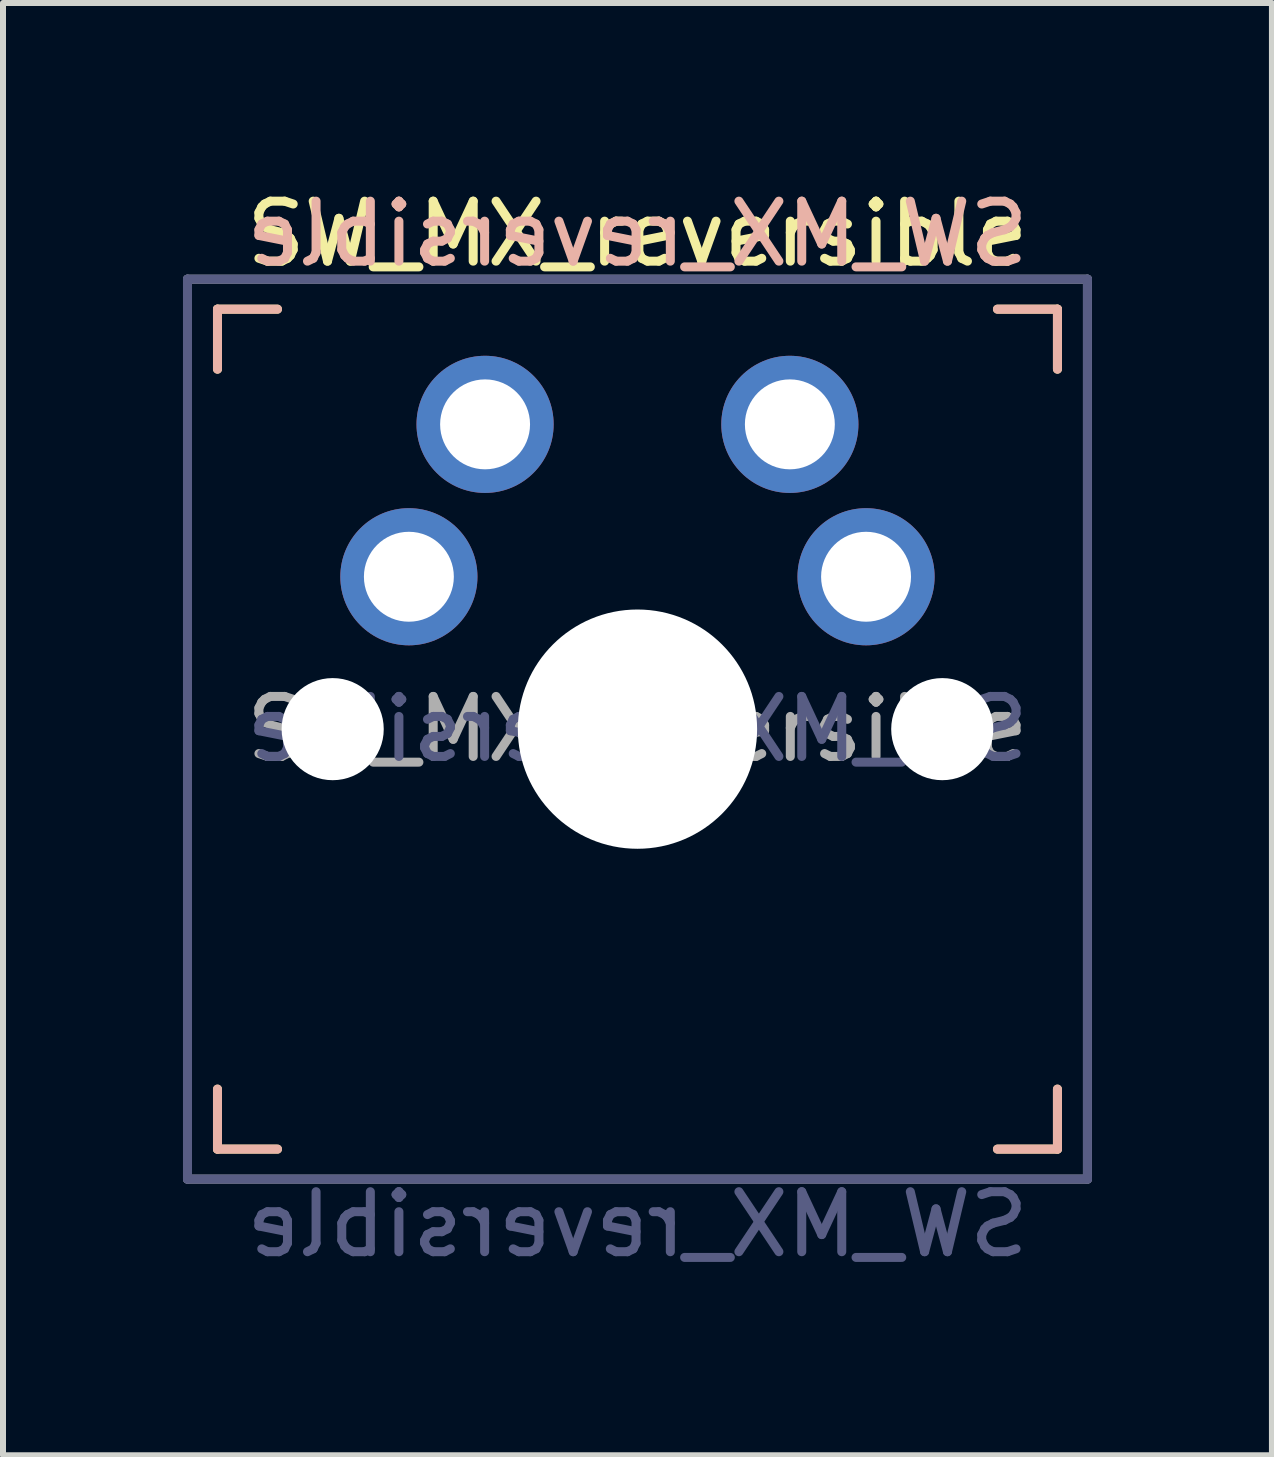
<source format=kicad_pcb>
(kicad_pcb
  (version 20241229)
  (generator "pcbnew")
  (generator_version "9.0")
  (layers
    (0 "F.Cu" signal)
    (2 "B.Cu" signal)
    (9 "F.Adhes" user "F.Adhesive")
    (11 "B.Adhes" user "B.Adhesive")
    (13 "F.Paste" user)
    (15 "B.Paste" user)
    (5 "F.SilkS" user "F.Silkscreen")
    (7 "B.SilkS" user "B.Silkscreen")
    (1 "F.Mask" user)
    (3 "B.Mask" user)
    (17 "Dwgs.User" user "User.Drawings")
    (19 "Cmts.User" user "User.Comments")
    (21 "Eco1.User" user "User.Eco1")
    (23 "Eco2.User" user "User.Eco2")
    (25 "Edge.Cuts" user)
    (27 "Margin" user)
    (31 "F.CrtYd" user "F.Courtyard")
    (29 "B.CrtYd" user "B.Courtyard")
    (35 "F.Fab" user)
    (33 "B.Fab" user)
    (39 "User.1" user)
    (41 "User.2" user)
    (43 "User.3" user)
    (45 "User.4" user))
  (footprint "SW_MX_reversible"
    (layer "F.Cu")
    (at 7.575 9.103)
    (property "Reference" "SW_MX_reversible" (at 0 -8.255 0) (layer "F.SilkS") (effects (font (size 1 1) (thickness 0.15))))
    (property "Value" "SW_MX_reversible" (at 0 8.255 0) (layer "F.Fab") (hide yes) (effects (font (size 1 1) (thickness 0.15))))
    (attr through_hole)
    (fp_line (start -7 -7) (end -6 -7) (stroke (width 0.15) (type solid)) (layer "F.SilkS"))
    (fp_line (start -7 -6) (end -7 -7) (stroke (width 0.15) (type solid)) (layer "F.SilkS"))
    (fp_line (start -7 7) (end -7 6) (stroke (width 0.15) (type solid)) (layer "F.SilkS"))
    (fp_line (start -6 7) (end -7 7) (stroke (width 0.15) (type solid)) (layer "F.SilkS"))
    (fp_line (start 6 -7) (end 7 -7) (stroke (width 0.15) (type solid)) (layer "F.SilkS"))
    (fp_line (start 7 -7) (end 7 -6) (stroke (width 0.15) (type solid)) (layer "F.SilkS"))
    (fp_line (start 7 6) (end 7 7) (stroke (width 0.15) (type solid)) (layer "F.SilkS"))
    (fp_line (start 7 7) (end 6 7) (stroke (width 0.15) (type solid)) (layer "F.SilkS"))
    (fp_line (start -7 -7) (end -6 -7) (stroke (width 0.15) (type solid)) (layer "B.SilkS"))
    (fp_line (start -7 -6) (end -7 -7) (stroke (width 0.15) (type solid)) (layer "B.SilkS"))
    (fp_line (start -7 7) (end -7 6) (stroke (width 0.15) (type solid)) (layer "B.SilkS"))
    (fp_line (start -6 7) (end -7 7) (stroke (width 0.15) (type solid)) (layer "B.SilkS"))
    (fp_line (start 6 -7) (end 7 -7) (stroke (width 0.15) (type solid)) (layer "B.SilkS"))
    (fp_line (start 7 -7) (end 7 -6) (stroke (width 0.15) (type solid)) (layer "B.SilkS"))
    (fp_line (start 7 6) (end 7 7) (stroke (width 0.15) (type solid)) (layer "B.SilkS"))
    (fp_line (start 7 7) (end 6 7) (stroke (width 0.15) (type solid)) (layer "B.SilkS"))
    (fp_line (start -6.9 6.9) (end -6.9 -6.9) (stroke (width 0.15) (type solid)) (layer "Eco2.User"))
    (fp_line (start -6.9 6.9) (end 6.9 6.9) (stroke (width 0.15) (type solid)) (layer "Eco2.User"))
    (fp_line (start 6.9 -6.9) (end -6.9 -6.9) (stroke (width 0.15) (type solid)) (layer "Eco2.User"))
    (fp_line (start 6.9 -6.9) (end 6.9 6.9) (stroke (width 0.15) (type solid)) (layer "Eco2.User"))
    (fp_line (start -7.5 -7.5) (end 7.5 -7.5) (stroke (width 0.15) (type solid)) (layer "B.Fab"))
    (fp_line (start -7.5 7.5) (end -7.5 -7.5) (stroke (width 0.15) (type solid)) (layer "B.Fab"))
    (fp_line (start 7.5 -7.5) (end 7.5 7.5) (stroke (width 0.15) (type solid)) (layer "B.Fab"))
    (fp_line (start 7.5 7.5) (end -7.5 7.5) (stroke (width 0.15) (type solid)) (layer "B.Fab"))
    (fp_line (start -7.5 -7.5) (end 7.5 -7.5) (stroke (width 0.15) (type solid)) (layer "F.Fab"))
    (fp_line (start -7.5 7.5) (end -7.5 -7.5) (stroke (width 0.15) (type solid)) (layer "F.Fab"))
    (fp_line (start 7.5 -7.5) (end 7.5 7.5) (stroke (width 0.15) (type solid)) (layer "F.Fab"))
    (fp_line (start 7.5 7.5) (end -7.5 7.5) (stroke (width 0.15) (type solid)) (layer "F.Fab"))
    (fp_text user "${REFERENCE}" (at 0 -8.255 0) (layer "B.SilkS") (effects (font (size 1 1) (thickness 0.15)) (justify mirror)))
    (fp_text user "${VALUE}" (at 0 8.255 0) (layer "B.Fab") (effects (font (size 1 1) (thickness 0.15)) (justify mirror)))
    (fp_text user "${REFERENCE}" (at 0 0 0) (layer "B.Fab") (effects (font (size 1 1) (thickness 0.15)) (justify mirror)))
    (fp_text user "${REFERENCE}" (at 0 0 0) (layer "F.Fab") (effects (font (size 1 1) (thickness 0.15))))
    (pad "" np_thru_hole circle (at -5.08 0) (size 1.702 1.702) (drill 1.702) (layers "*.Cu" "*.Mask"))
    (pad "" np_thru_hole circle (at 0 0) (size 3.988 3.988) (drill 3.988) (layers "*.Cu" "*.Mask"))
    (pad "" np_thru_hole circle (at 5.08 0) (size 1.702 1.702) (drill 1.702) (layers "*.Cu" "*.Mask"))
    (pad "1" thru_hole circle (at -3.81 -2.54) (size 2.286 2.286) (drill 1.499) (layers "*.Cu" "*.Mask"))
    (pad "1" thru_hole circle (at -2.54 -5.08) (size 2.286 2.286) (drill 1.499) (layers "*.Cu" "*.Mask"))
    (pad "2" thru_hole circle (at 2.54 -5.08) (size 2.286 2.286) (drill 1.499) (layers "*.Cu" "*.Mask"))
    (pad "2" thru_hole circle (at 3.81 -2.54) (size 2.286 2.286) (drill 1.499) (layers "*.Cu" "*.Mask")))
  (gr_rect
    (start -3 -3)
    (end 18.15 21.206)
    (stroke (width 0.1) (type default))
    (fill no)
    (layer "Edge.Cuts")))
</source>
